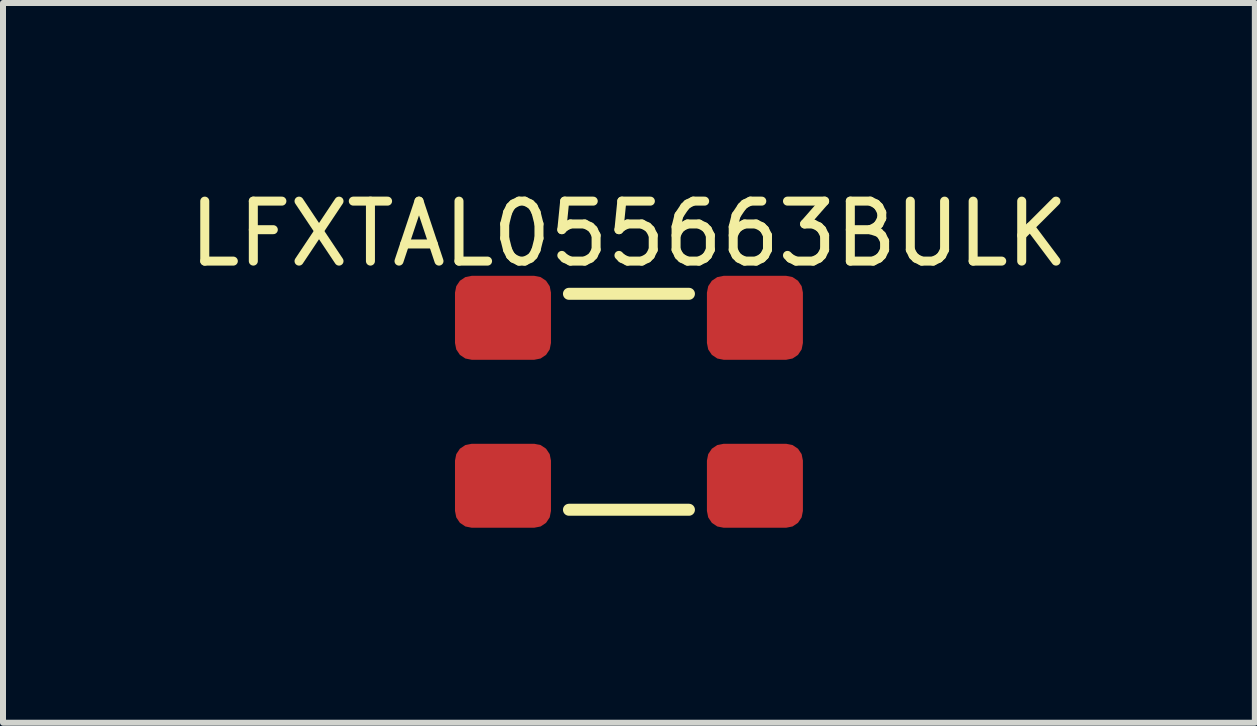
<source format=kicad_pcb>
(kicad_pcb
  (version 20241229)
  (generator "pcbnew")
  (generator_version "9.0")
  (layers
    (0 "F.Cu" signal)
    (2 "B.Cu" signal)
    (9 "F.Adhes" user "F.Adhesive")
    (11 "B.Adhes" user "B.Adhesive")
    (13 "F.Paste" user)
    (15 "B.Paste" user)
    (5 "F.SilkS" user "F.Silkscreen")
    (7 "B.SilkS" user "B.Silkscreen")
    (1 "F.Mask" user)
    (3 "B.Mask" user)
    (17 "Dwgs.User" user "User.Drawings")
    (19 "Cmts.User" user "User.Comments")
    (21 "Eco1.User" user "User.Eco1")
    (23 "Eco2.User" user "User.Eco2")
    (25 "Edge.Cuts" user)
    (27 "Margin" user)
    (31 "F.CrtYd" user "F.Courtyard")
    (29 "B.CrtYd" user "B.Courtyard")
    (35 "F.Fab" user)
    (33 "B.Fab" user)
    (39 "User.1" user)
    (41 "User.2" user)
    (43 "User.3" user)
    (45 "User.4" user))
  (footprint "LFXTAL055663BULK"
    (layer "F.Cu")
    (at 7.435 3.648)
    (property "Reference" "LFXTAL055663BULK" (at 0.000005 -2.8 0) (unlocked yes) (layer "F.SilkS") (effects (font (size 1 1) (thickness 0.15))))
    (fp_line (start -1 -1.8) (end 1 -1.8) (stroke (width 0.2) (type solid)) (layer "F.SilkS"))
    (fp_line (start -1 1.8) (end 1 1.8) (stroke (width 0.2) (type solid)) (layer "F.SilkS"))
    (fp_line (start -3.1 -2.3) (end 3.1 -2.3) (stroke (width 0.1) (type solid)) (layer "Eco2.User"))
    (fp_line (start -3.1 -2.3) (end 3.1 -2.3) (stroke (width 0.1) (type solid)) (layer "Eco2.User"))
    (fp_line (start -3.1 2.3) (end -3.1 -2.3) (stroke (width 0.1) (type solid)) (layer "Eco2.User"))
    (fp_line (start -3.1 2.3) (end -3.1 -2.3) (stroke (width 0.1) (type solid)) (layer "Eco2.User"))
    (fp_line (start -3.1 2.3) (end 3.1 2.3) (stroke (width 0.1) (type solid)) (layer "Eco2.User"))
    (fp_line (start -3.1 2.3) (end 3.1 2.3) (stroke (width 0.1) (type solid)) (layer "Eco2.User"))
    (fp_line (start 3.1 2.3) (end 3.1 -2.3) (stroke (width 0.1) (type solid)) (layer "Eco2.User"))
    (fp_line (start 3.1 2.3) (end 3.1 -2.3) (stroke (width 0.1) (type solid)) (layer "Eco2.User"))
    (fp_text user "${REFERENCE}" (at -2.2 0.3 0) (unlocked yes) (layer "Eco2.User") (effects (font (face "Avenir LT 45 Book") (size 0.55 0.55) (thickness 0.254)) (justify left bottom)))
    (pad "1" smd roundrect (at -2.1 1.4 180) (size 1.6 1.4) (layers "F.Cu" "F.Mask" "F.Paste") (roundrect_rratio 0.2))
    (pad "2" smd roundrect (at 2.1 1.4 180) (size 1.6 1.4) (layers "F.Cu" "F.Mask" "F.Paste") (roundrect_rratio 0.2))
    (pad "3" smd roundrect (at 2.1 -1.4 180) (size 1.6 1.4) (layers "F.Cu" "F.Mask" "F.Paste") (roundrect_rratio 0.2))
    (pad "4" smd roundrect (at -2.1 -1.4 180) (size 1.6 1.4) (layers "F.Cu" "F.Mask" "F.Paste") (roundrect_rratio 0.2)))
  (gr_rect
    (start -3 -3)
    (end 17.869 8.998)
    (stroke (width 0.1) (type default))
    (fill no)
    (layer "Edge.Cuts")))
</source>
